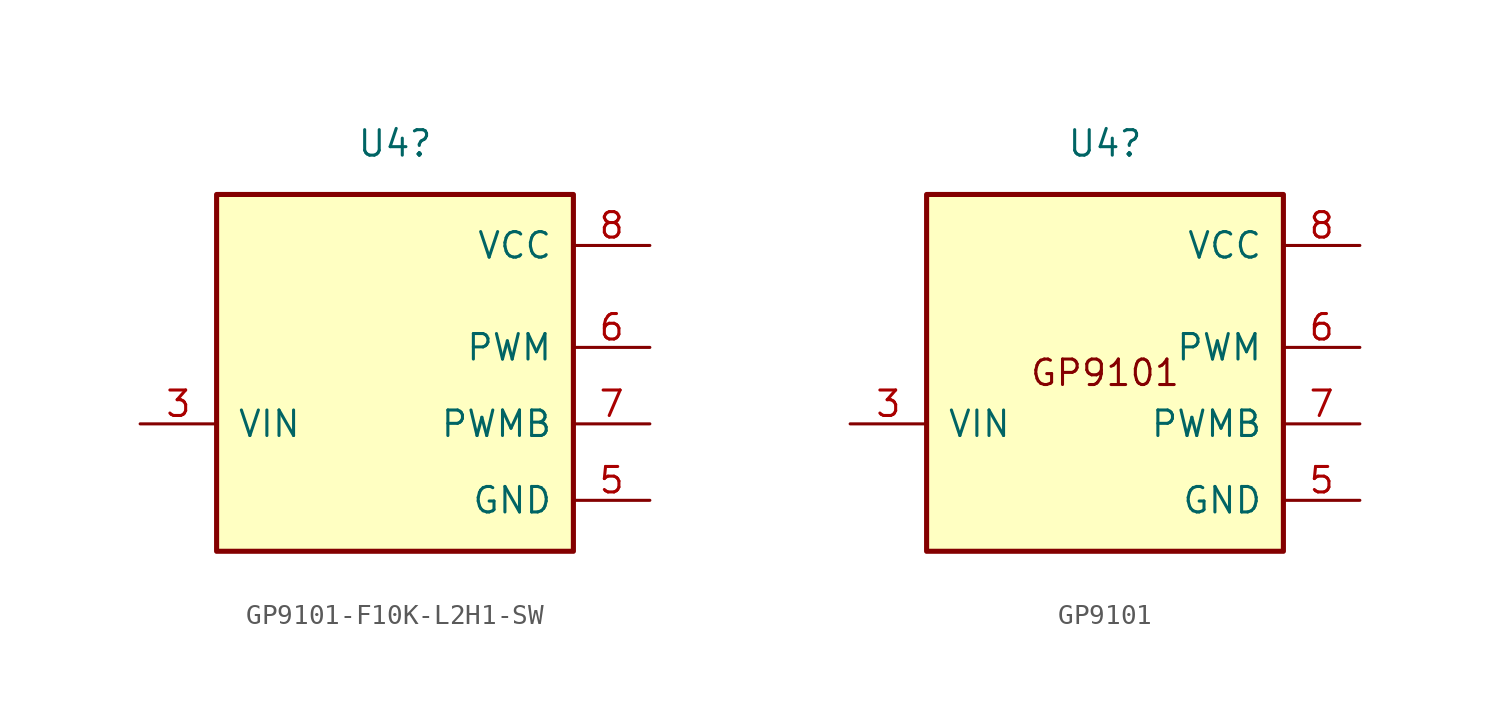
<source format=kicad_sym>
(kicad_symbol_lib
  (version 20241209)
  (generator "kicad_symbol_editor")
  (generator_version "9.0")
  (symbol "GP9101-F10K-L2H1-SW"
    (pin_names
      (offset 1.014))
    (property "Reference" "U4"
      (at 0 11.43 0)
      (effects (font (size 1.27 1.27))))
    (symbol "GP9101-F10K-L2H1-SW_1_1"
      (rectangle (start -8.89 -8.89) (end 8.89 8.89) (stroke (width 0.254) (type default)) (fill (type background)))
      (pin no_connect line (at -12.7 6.35 0) (length 3.81) (hide yes) (name "NC" (effects (font (size 1.27 1.27)))) (number "1" (effects (font (size 1.27 1.27)))))
      (pin no_connect line (at -12.7 6.35 0) (length 3.81) (hide yes) (name "NC" (effects (font (size 1.27 1.27)))) (number "2" (effects (font (size 1.27 1.27)))))
      (pin no_connect line (at -12.7 6.35 0) (length 3.81) (hide yes) (name "NC" (effects (font (size 1.27 1.27)))) (number "4" (effects (font (size 1.27 1.27)))))
      (pin input line (at -12.7 -2.54 0) (length 3.81) (name "VIN" (effects (font (size 1.27 1.27)))) (number "3" (effects (font (size 1.27 1.27)))))
      (pin power_in line (at 12.7 6.35 180) (length 3.81) (name "VCC" (effects (font (size 1.27 1.27)))) (number "8" (effects (font (size 1.27 1.27)))))
      (pin output line (at 12.7 1.27 180) (length 3.81) (name "PWM" (effects (font (size 1.27 1.27)))) (number "6" (effects (font (size 1.27 1.27)))))
      (pin output line (at 12.7 -2.54 180) (length 3.81) (name "PWMB" (effects (font (size 1.27 1.27)))) (number "7" (effects (font (size 1.27 1.27)))))
      (pin power_out line (at 12.7 -6.35 180) (length 3.81) (name "GND" (effects (font (size 1.27 1.27)))) (number "5" (effects (font (size 1.27 1.27)))))))
  (symbol "GP9101"
    (pin_names
      (offset 1.014))
    (property "Reference" "U4"
      (at 0 11.43 0)
      (effects (font (size 1.27 1.27))))
    (symbol "GP9101_1_1"
      (rectangle (start -8.89 8.89) (end 8.89 -8.89) (stroke (width 0.254) (type default)) (fill (type background)))
      (text "GP9101" (at 0 0 0) (effects (font (size 1.27 1.27))))
      (pin no_connect line (at -12.7 6.35 0) (length 3.81) (hide yes) (name "NC" (effects (font (size 1.27 1.27)))) (number "1" (effects (font (size 1.27 1.27)))))
      (pin no_connect line (at -12.7 3.81 0) (length 3.81) (hide yes) (name "NC" (effects (font (size 1.27 1.27)))) (number "2" (effects (font (size 1.27 1.27)))))
      (pin no_connect line (at -12.7 1.27 0) (length 3.81) (hide yes) (name "NC" (effects (font (size 1.27 1.27)))) (number "4" (effects (font (size 1.27 1.27)))))
      (pin input line (at -12.7 -2.54 0) (length 3.81) (name "VIN" (effects (font (size 1.27 1.27)))) (number "3" (effects (font (size 1.27 1.27)))))
      (pin power_in line (at 12.7 6.35 180) (length 3.81) (name "VCC" (effects (font (size 1.27 1.27)))) (number "8" (effects (font (size 1.27 1.27)))))
      (pin output line (at 12.7 1.27 180) (length 3.81) (name "PWM" (effects (font (size 1.27 1.27)))) (number "6" (effects (font (size 1.27 1.27)))))
      (pin output line (at 12.7 -2.54 180) (length 3.81) (name "PWMB" (effects (font (size 1.27 1.27)))) (number "7" (effects (font (size 1.27 1.27)))))
      (pin power_in line (at 12.7 -6.35 180) (length 3.81) (name "GND" (effects (font (size 1.27 1.27)))) (number "5" (effects (font (size 1.27 1.27))))))))
</source>
